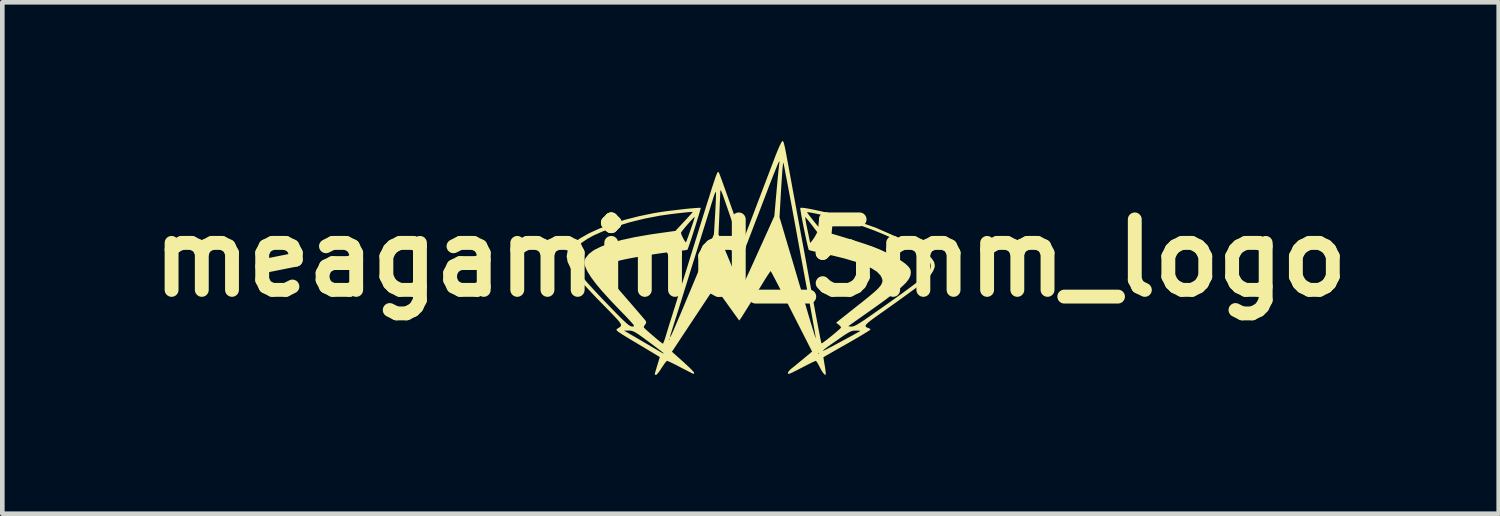
<source format=kicad_pcb>
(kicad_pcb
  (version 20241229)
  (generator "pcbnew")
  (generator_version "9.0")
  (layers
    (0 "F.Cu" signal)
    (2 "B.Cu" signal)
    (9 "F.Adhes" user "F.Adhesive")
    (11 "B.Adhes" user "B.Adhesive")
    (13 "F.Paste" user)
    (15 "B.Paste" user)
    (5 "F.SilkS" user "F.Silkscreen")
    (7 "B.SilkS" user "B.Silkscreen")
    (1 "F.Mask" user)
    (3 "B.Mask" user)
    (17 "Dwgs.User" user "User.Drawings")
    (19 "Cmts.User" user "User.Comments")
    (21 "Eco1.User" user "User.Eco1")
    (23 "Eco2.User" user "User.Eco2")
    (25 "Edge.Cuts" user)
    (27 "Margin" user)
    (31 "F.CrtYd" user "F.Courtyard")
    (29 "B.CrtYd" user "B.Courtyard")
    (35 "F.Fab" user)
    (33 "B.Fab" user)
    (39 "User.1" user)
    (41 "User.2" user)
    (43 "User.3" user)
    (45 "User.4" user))
  (footprint "meagamind_5mm_logo"
    (layer "F.Cu")
    (at 13.179 2.529)
    (property "Reference" "meagamind_5mm_logo" (at 0 0 0) (layer "F.SilkS") (effects (font (size 1.524 1.524) (thickness 0.3))))
    (attr board_only exclude_from_pos_files exclude_from_bom)
    (fp_poly (pts (xy 0.7 -2.526) (xy 0.71 -2.513) (xy 0.721 -2.485) (xy 0.733 -2.437) (xy 0.749 -2.365) (xy 0.769 -2.263) (xy 0.794 -2.127) (xy 0.817 -2.006) (xy 0.833 -1.917) (xy 0.849 -1.828) (xy 0.866 -1.736) (xy 0.885 -1.636) (xy 0.905 -1.523) (xy 0.929 -1.394) (xy 0.957 -1.244) (xy 0.989 -1.069) (xy 1.027 -0.863) (xy 1.071 -0.624) (xy 1.122 -0.347) (xy 1.124 -0.338) (xy 1.165 -0.117) (xy 1.21 0.127) (xy 1.256 0.382) (xy 1.303 0.635) (xy 1.347 0.873) (xy 1.386 1.085) (xy 1.396 1.142) (xy 1.428 1.31) (xy 1.457 1.464) (xy 1.483 1.599) (xy 1.504 1.71) (xy 1.521 1.791) (xy 1.532 1.838) (xy 1.534 1.847) (xy 1.554 1.838) (xy 1.598 1.806) (xy 1.66 1.759) (xy 1.731 1.703) (xy 1.804 1.643) (xy 1.87 1.587) (xy 1.923 1.541) (xy 1.953 1.511) (xy 1.958 1.504) (xy 1.947 1.481) (xy 1.912 1.446) (xy 1.908 1.443) (xy 1.852 1.399) (xy 1.945 1.324) (xy 1.99 1.288) (xy 2.063 1.231) (xy 2.157 1.156) (xy 2.264 1.071) (xy 2.38 0.979) (xy 2.414 0.953) (xy 2.56 0.835) (xy 2.673 0.74) (xy 2.757 0.662) (xy 2.813 0.597) (xy 2.844 0.541) (xy 2.854 0.491) (xy 2.844 0.442) (xy 2.818 0.391) (xy 2.803 0.368) (xy 2.732 0.295) (xy 2.618 0.223) (xy 2.463 0.151) (xy 2.267 0.08) (xy 2.032 0.01) (xy 1.759 -0.057) (xy 1.612 -0.09) (xy 1.496 -0.115) (xy 1.395 -0.137) (xy 1.318 -0.156) (xy 1.271 -0.169) (xy 1.261 -0.173) (xy 1.252 -0.198) (xy 1.237 -0.257) (xy 1.217 -0.343) (xy 1.194 -0.449) (xy 1.169 -0.566) (xy 1.144 -0.687) (xy 1.121 -0.805) (xy 1.106 -0.884) (xy 1.182 -0.884) (xy 1.184 -0.861) (xy 1.193 -0.804) (xy 1.208 -0.721) (xy 1.229 -0.621) (xy 1.231 -0.612) (xy 1.252 -0.51) (xy 1.27 -0.423) (xy 1.282 -0.361) (xy 1.287 -0.333) (xy 1.287 -0.332) (xy 1.298 -0.334) (xy 1.324 -0.364) (xy 1.358 -0.411) (xy 1.394 -0.466) (xy 1.408 -0.492) (xy 1.444 -0.558) (xy 1.317 -0.725) (xy 1.262 -0.795) (xy 1.217 -0.849) (xy 1.189 -0.88) (xy 1.182 -0.884) (xy 1.106 -0.884) (xy 1.101 -0.911) (xy 1.088 -0.989) (xy 1.221 -0.989) (xy 1.234 -0.969) (xy 1.269 -0.923) (xy 1.32 -0.857) (xy 1.378 -0.784) (xy 1.448 -0.698) (xy 1.5 -0.64) (xy 1.542 -0.602) (xy 1.584 -0.578) (xy 1.633 -0.56) (xy 1.656 -0.554) (xy 1.814 -0.509) (xy 1.984 -0.458) (xy 2.158 -0.405) (xy 2.324 -0.353) (xy 2.473 -0.304) (xy 2.595 -0.262) (xy 2.638 -0.247) (xy 2.795 -0.184) (xy 2.951 -0.112) (xy 3.098 -0.037) (xy 3.226 0.038) (xy 3.327 0.107) (xy 3.37 0.142) (xy 3.427 0.2) (xy 3.456 0.246) (xy 3.466 0.295) (xy 3.467 0.313) (xy 3.461 0.365) (xy 3.443 0.418) (xy 3.41 0.474) (xy 3.358 0.538) (xy 3.286 0.609) (xy 3.19 0.692) (xy 3.068 0.789) (xy 2.918 0.903) (xy 2.735 1.035) (xy 2.547 1.168) (xy 2.428 1.252) (xy 2.321 1.327) (xy 2.232 1.391) (xy 2.165 1.438) (xy 2.125 1.467) (xy 2.117 1.474) (xy 2.129 1.479) (xy 2.173 1.482) (xy 2.184 1.483) (xy 2.215 1.479) (xy 2.254 1.465) (xy 2.307 1.438) (xy 2.376 1.395) (xy 2.469 1.335) (xy 2.589 1.252) (xy 2.676 1.191) (xy 2.918 1.021) (xy 3.126 0.874) (xy 3.303 0.747) (xy 3.451 0.638) (xy 3.573 0.546) (xy 3.671 0.468) (xy 3.749 0.402) (xy 3.807 0.346) (xy 3.849 0.298) (xy 3.877 0.256) (xy 3.894 0.218) (xy 3.901 0.181) (xy 3.903 0.155) (xy 3.882 0.097) (xy 3.824 0.027) (xy 3.732 -0.052) (xy 3.61 -0.137) (xy 3.462 -0.227) (xy 3.29 -0.32) (xy 3.101 -0.413) (xy 2.896 -0.505) (xy 2.68 -0.593) (xy 2.457 -0.676) (xy 2.231 -0.752) (xy 2.157 -0.774) (xy 2.044 -0.807) (xy 1.918 -0.84) (xy 1.786 -0.874) (xy 1.653 -0.906) (xy 1.528 -0.935) (xy 1.415 -0.96) (xy 1.322 -0.978) (xy 1.256 -0.989) (xy 1.223 -0.99) (xy 1.221 -0.989) (xy 1.088 -0.989) (xy 1.086 -0.998) (xy 1.077 -1.058) (xy 1.076 -1.083) (xy 1.076 -1.083) (xy 1.106 -1.087) (xy 1.171 -1.081) (xy 1.266 -1.065) (xy 1.386 -1.041) (xy 1.523 -1.011) (xy 1.671 -0.976) (xy 1.826 -0.938) (xy 1.98 -0.896) (xy 2.128 -0.854) (xy 2.202 -0.832) (xy 2.703 -0.657) (xy 3.182 -0.447) (xy 3.561 -0.247) (xy 3.719 -0.152) (xy 3.838 -0.067) (xy 3.921 0.012) (xy 3.969 0.086) (xy 3.985 0.158) (xy 3.981 0.201) (xy 3.95 0.281) (xy 3.89 0.372) (xy 3.809 0.463) (xy 3.719 0.542) (xy 3.551 0.667) (xy 3.352 0.812) (xy 3.126 0.975) (xy 2.878 1.151) (xy 2.828 1.186) (xy 2.699 1.278) (xy 2.602 1.349) (xy 2.537 1.402) (xy 2.499 1.441) (xy 2.486 1.469) (xy 2.496 1.49) (xy 2.525 1.506) (xy 2.553 1.516) (xy 2.587 1.534) (xy 2.595 1.547) (xy 2.576 1.562) (xy 2.525 1.595) (xy 2.446 1.644) (xy 2.343 1.705) (xy 2.222 1.776) (xy 2.088 1.853) (xy 2.088 1.853) (xy 1.953 1.929) (xy 1.832 1.998) (xy 1.729 2.057) (xy 1.649 2.103) (xy 1.597 2.133) (xy 1.577 2.144) (xy 1.577 2.144) (xy 1.579 2.166) (xy 1.587 2.22) (xy 1.6 2.297) (xy 1.606 2.33) (xy 1.619 2.414) (xy 1.626 2.482) (xy 1.626 2.521) (xy 1.624 2.526) (xy 1.602 2.521) (xy 1.568 2.482) (xy 1.527 2.418) (xy 1.484 2.335) (xy 1.48 2.327) (xy 1.449 2.269) (xy 1.422 2.232) (xy 1.411 2.224) (xy 1.385 2.234) (xy 1.328 2.26) (xy 1.248 2.3) (xy 1.153 2.349) (xy 1.12 2.366) (xy 1.021 2.417) (xy 0.935 2.46) (xy 0.87 2.491) (xy 0.833 2.506) (xy 0.829 2.507) (xy 0.806 2.495) (xy 0.816 2.464) (xy 0.853 2.419) (xy 0.888 2.388) (xy 0.941 2.347) (xy 1.014 2.287) (xy 1.099 2.217) (xy 1.151 2.174) (xy 1.288 2.06) (xy 1.461 2.06) (xy 1.472 2.071) (xy 1.483 2.06) (xy 1.472 2.049) (xy 1.461 2.06) (xy 1.288 2.06) (xy 1.332 2.024) (xy 1.323 2.007) (xy 1.566 2.007) (xy 1.598 1.995) (xy 1.663 1.963) (xy 1.764 1.911) (xy 1.9 1.838) (xy 2.073 1.745) (xy 2.126 1.716) (xy 2.218 1.666) (xy 2.295 1.623) (xy 2.349 1.593) (xy 2.374 1.578) (xy 2.375 1.578) (xy 2.361 1.573) (xy 2.315 1.57) (xy 2.276 1.57) (xy 2.233 1.571) (xy 2.193 1.579) (xy 2.15 1.596) (xy 2.096 1.626) (xy 2.023 1.672) (xy 1.924 1.74) (xy 1.886 1.767) (xy 1.761 1.854) (xy 1.666 1.921) (xy 1.602 1.969) (xy 1.568 1.998) (xy 1.566 2.007) (xy 1.323 2.007) (xy 0.889 1.154) (xy 0.798 0.974) (xy 0.712 0.807) (xy 0.634 0.656) (xy 0.566 0.525) (xy 0.511 0.419) (xy 0.469 0.341) (xy 0.444 0.295) (xy 0.436 0.284) (xy 0.421 0.301) (xy 0.388 0.348) (xy 0.344 0.416) (xy 0.307 0.474) (xy 0.251 0.566) (xy 0.18 0.681) (xy 0.103 0.806) (xy 0.028 0.927) (xy 0.015 0.948) (xy -0.05 1.052) (xy -0.11 1.148) (xy -0.159 1.226) (xy -0.193 1.28) (xy -0.202 1.293) (xy -0.244 1.353) (xy -0.46 1.053) (xy -0.535 0.948) (xy -0.605 0.852) (xy -0.664 0.771) (xy -0.707 0.714) (xy -0.725 0.692) (xy -0.774 0.631) (xy -1.237 1.329) (xy -1.699 2.027) (xy -1.46 2.24) (xy -1.376 2.317) (xy -1.304 2.385) (xy -1.252 2.439) (xy -1.224 2.473) (xy -1.221 2.48) (xy -1.226 2.505) (xy -1.23 2.507) (xy -1.251 2.498) (xy -1.304 2.472) (xy -1.381 2.432) (xy -1.475 2.384) (xy -1.51 2.366) (xy -1.609 2.314) (xy -1.696 2.271) (xy -1.762 2.24) (xy -1.799 2.225) (xy -1.804 2.224) (xy -1.826 2.241) (xy -1.862 2.287) (xy -1.907 2.354) (xy -1.922 2.376) (xy -1.968 2.447) (xy -2.01 2.5) (xy -2.038 2.527) (xy -2.044 2.529) (xy -2.069 2.519) (xy -2.071 2.513) (xy -2.065 2.486) (xy -2.048 2.428) (xy -2.025 2.35) (xy -2.016 2.322) (xy -1.992 2.242) (xy -1.973 2.18) (xy -1.963 2.146) (xy -1.962 2.143) (xy -1.98 2.131) (xy -2.031 2.1) (xy -2.109 2.052) (xy -2.21 1.992) (xy -2.328 1.921) (xy -2.446 1.851) (xy -2.594 1.763) (xy -2.707 1.694) (xy -2.79 1.642) (xy -2.847 1.604) (xy -2.882 1.577) (xy -2.887 1.57) (xy -2.735 1.57) (xy -2.441 1.741) (xy -2.327 1.808) (xy -2.214 1.874) (xy -2.114 1.933) (xy -2.037 1.978) (xy -2.017 1.99) (xy -1.937 2.037) (xy -1.891 2.062) (xy -1.875 2.067) (xy -1.885 2.054) (xy -1.898 2.042) (xy -1.925 2.02) (xy -1.981 1.977) (xy -2.06 1.918) (xy -2.154 1.847) (xy -2.23 1.791) (xy -2.34 1.71) (xy -2.423 1.651) (xy -2.484 1.612) (xy -2.531 1.588) (xy -2.569 1.575) (xy -2.607 1.57) (xy -2.632 1.57) (xy -2.735 1.57) (xy -2.887 1.57) (xy -2.897 1.558) (xy -2.898 1.545) (xy -2.888 1.535) (xy -2.85 1.51) (xy -2.821 1.491) (xy -2.804 1.471) (xy -2.799 1.448) (xy -2.811 1.417) (xy -2.84 1.374) (xy -2.89 1.317) (xy -2.963 1.24) (xy -3.06 1.139) (xy -3.185 1.012) (xy -3.21 0.986) (xy -3.333 0.86) (xy -3.452 0.735) (xy -3.562 0.617) (xy -3.659 0.512) (xy -3.736 0.426) (xy -3.789 0.364) (xy -3.791 0.361) (xy -3.893 0.215) (xy -3.955 0.084) (xy -3.974 -0.025) (xy -3.877 -0.025) (xy -3.869 0.036) (xy -3.844 0.106) (xy -3.8 0.188) (xy -3.735 0.283) (xy -3.648 0.395) (xy -3.536 0.525) (xy -3.398 0.678) (xy -3.232 0.855) (xy -3.039 1.055) (xy -2.915 1.183) (xy -2.817 1.282) (xy -2.74 1.357) (xy -2.682 1.41) (xy -2.639 1.446) (xy -2.605 1.467) (xy -2.578 1.478) (xy -2.554 1.481) (xy -2.532 1.48) (xy -2.52 1.475) (xy -2.521 1.462) (xy -2.537 1.436) (xy -2.571 1.396) (xy -2.626 1.336) (xy -2.704 1.253) (xy -2.81 1.144) (xy -2.854 1.099) (xy -3.048 0.895) (xy -3.21 0.716) (xy -3.341 0.56) (xy -3.442 0.425) (xy -3.516 0.309) (xy -3.546 0.251) (xy -3.581 0.167) (xy -3.595 0.105) (xy -3.587 0.05) (xy -3.565 0.000044) (xy -3.496 -0.088) (xy -3.385 -0.171) (xy -3.23 -0.248) (xy -3.032 -0.321) (xy -2.791 -0.388) (xy -2.507 -0.45) (xy -2.18 -0.507) (xy -1.995 -0.534) (xy -1.924 -0.544) (xy -1.504 -0.544) (xy -1.496 -0.512) (xy -1.474 -0.462) (xy -1.447 -0.408) (xy -1.42 -0.363) (xy -1.401 -0.34) (xy -1.397 -0.34) (xy -1.386 -0.363) (xy -1.364 -0.42) (xy -1.334 -0.502) (xy -1.299 -0.601) (xy -1.294 -0.616) (xy -1.259 -0.716) (xy -1.232 -0.799) (xy -1.214 -0.859) (xy -1.207 -0.887) (xy -1.207 -0.888) (xy -1.224 -0.876) (xy -1.26 -0.839) (xy -1.31 -0.784) (xy -1.366 -0.721) (xy -1.42 -0.657) (xy -1.466 -0.6) (xy -1.496 -0.56) (xy -1.504 -0.544) (xy -1.924 -0.544) (xy -1.624 -0.586) (xy -1.435 -0.788) (xy -1.364 -0.865) (xy -1.306 -0.929) (xy -1.266 -0.974) (xy -1.25 -0.994) (xy -1.249 -0.995) (xy -1.274 -0.996) (xy -1.334 -0.992) (xy -1.42 -0.984) (xy -1.526 -0.972) (xy -1.641 -0.959) (xy -1.76 -0.944) (xy -1.872 -0.928) (xy -1.962 -0.915) (xy -2.289 -0.852) (xy -2.614 -0.772) (xy -2.925 -0.676) (xy -3.211 -0.569) (xy -3.401 -0.484) (xy -3.527 -0.414) (xy -3.644 -0.335) (xy -3.744 -0.252) (xy -3.82 -0.172) (xy -3.865 -0.1) (xy -3.871 -0.081) (xy -3.877 -0.025) (xy -3.974 -0.025) (xy -3.976 -0.036) (xy -3.956 -0.146) (xy -3.894 -0.251) (xy -3.79 -0.351) (xy -3.687 -0.424) (xy -3.493 -0.534) (xy -3.261 -0.639) (xy -2.999 -0.738) (xy -2.713 -0.827) (xy -2.41 -0.904) (xy -2.097 -0.969) (xy -2.036 -0.979) (xy -1.932 -0.996) (xy -1.811 -1.013) (xy -1.68 -1.029) (xy -1.545 -1.045) (xy -1.415 -1.06) (xy -1.297 -1.072) (xy -1.197 -1.08) (xy -1.123 -1.085) (xy -1.082 -1.085) (xy -1.076 -1.084) (xy -1.08 -1.062) (xy -1.096 -1.006) (xy -1.12 -0.923) (xy -1.152 -0.821) (xy -1.187 -0.707) (xy -1.225 -0.588) (xy -1.262 -0.472) (xy -1.297 -0.366) (xy -1.327 -0.277) (xy -1.35 -0.212) (xy -1.363 -0.18) (xy -1.364 -0.178) (xy -1.387 -0.173) (xy -1.445 -0.164) (xy -1.53 -0.153) (xy -1.634 -0.141) (xy -1.661 -0.138) (xy -1.805 -0.121) (xy -1.967 -0.099) (xy -2.138 -0.073) (xy -2.31 -0.045) (xy -2.474 -0.017) (xy -2.622 0.01) (xy -2.745 0.035) (xy -2.833 0.056) (xy -2.838 0.057) (xy -2.955 0.103) (xy -3.039 0.162) (xy -3.087 0.232) (xy -3.096 0.283) (xy -3.095 0.313) (xy -3.092 0.341) (xy -3.083 0.37) (xy -3.066 0.404) (xy -3.038 0.447) (xy -2.997 0.503) (xy -2.939 0.574) (xy -2.862 0.666) (xy -2.763 0.781) (xy -2.64 0.923) (xy -2.56 1.015) (xy -2.472 1.117) (xy -2.393 1.209) (xy -2.328 1.285) (xy -2.282 1.34) (xy -2.259 1.369) (xy -2.258 1.371) (xy -2.258 1.407) (xy -2.278 1.439) (xy -2.304 1.477) (xy -2.308 1.5) (xy -2.289 1.521) (xy -2.245 1.563) (xy -2.184 1.617) (xy -2.113 1.678) (xy -2.041 1.739) (xy -1.976 1.793) (xy -1.925 1.833) (xy -1.897 1.852) (xy -1.895 1.853) (xy -1.883 1.834) (xy -1.863 1.782) (xy -1.854 1.755) (xy -1.766 1.755) (xy -1.755 1.766) (xy -1.744 1.755) (xy -1.755 1.744) (xy -1.766 1.755) (xy -1.854 1.755) (xy -1.839 1.709) (xy -1.74 1.709) (xy -1.736 1.712) (xy -1.72 1.684) (xy -1.692 1.624) (xy -1.651 1.532) (xy -1.597 1.404) (xy -1.527 1.241) (xy -1.442 1.04) (xy -1.363 0.85) (xy -1.283 0.66) (xy -1.21 0.485) (xy -0.146 0.485) (xy -0.146 0.533) (xy -0.144 0.543) (xy -0.133 0.522) (xy -0.107 0.466) (xy -0.068 0.382) (xy -0.018 0.275) (xy 0.038 0.15) (xy 0.077 0.065) (xy 0.145 -0.086) (xy 0.215 -0.241) (xy 0.283 -0.39) (xy 0.343 -0.523) (xy 0.391 -0.629) (xy 0.402 -0.654) (xy 0.505 -0.883) (xy 0.627 -0.883) (xy 0.824 -0.218) (xy 0.886 -0.011) (xy 0.955 0.222) (xy 1.027 0.466) (xy 1.099 0.709) (xy 1.166 0.935) (xy 1.213 1.095) (xy 1.26 1.255) (xy 1.303 1.399) (xy 1.342 1.525) (xy 1.373 1.625) (xy 1.396 1.696) (xy 1.409 1.732) (xy 1.411 1.736) (xy 1.409 1.713) (xy 1.399 1.652) (xy 1.383 1.557) (xy 1.361 1.432) (xy 1.334 1.281) (xy 1.303 1.108) (xy 1.268 0.918) (xy 1.234 0.739) (xy 1.194 0.525) (xy 1.155 0.316) (xy 1.118 0.117) (xy 1.084 -0.067) (xy 1.054 -0.229) (xy 1.03 -0.364) (xy 1.011 -0.466) (xy 1.003 -0.512) (xy 0.985 -0.611) (xy 0.962 -0.735) (xy 0.936 -0.877) (xy 0.907 -1.033) (xy 0.877 -1.195) (xy 0.846 -1.359) (xy 0.816 -1.519) (xy 0.788 -1.669) (xy 0.762 -1.802) (xy 0.741 -1.914) (xy 0.725 -1.998) (xy 0.714 -2.048) (xy 0.712 -2.06) (xy 0.706 -2.053) (xy 0.699 -2.003) (xy 0.69 -1.91) (xy 0.68 -1.774) (xy 0.668 -1.594) (xy 0.655 -1.371) (xy 0.652 -1.319) (xy 0.627 -0.883) (xy 0.505 -0.883) (xy 0.515 -0.905) (xy 0.564 -1.461) (xy 0.578 -1.614) (xy 0.591 -1.754) (xy 0.603 -1.876) (xy 0.614 -1.972) (xy 0.621 -2.036) (xy 0.625 -2.06) (xy 0.628 -2.088) (xy 0.616 -2.082) (xy 0.603 -2.057) (xy 0.576 -1.996) (xy 0.539 -1.905) (xy 0.493 -1.791) (xy 0.441 -1.657) (xy 0.384 -1.51) (xy 0.382 -1.504) (xy 0.316 -1.331) (xy 0.245 -1.146) (xy 0.175 -0.962) (xy 0.108 -0.79) (xy 0.051 -0.64) (xy 0.023 -0.567) (xy -0.124 -0.185) (xy -0.138 0.184) (xy -0.143 0.304) (xy -0.145 0.407) (xy -0.146 0.485) (xy -1.21 0.485) (xy -1.204 0.471) (xy -1.128 0.289) (xy -1.057 0.122) (xy -0.996 -0.025) (xy -0.945 -0.144) (xy -0.909 -0.231) (xy -0.905 -0.24) (xy -0.791 -0.512) (xy -0.692 -0.512) (xy -0.471 0.018) (xy -0.401 0.188) (xy -0.346 0.318) (xy -0.304 0.41) (xy -0.274 0.463) (xy -0.252 0.479) (xy -0.238 0.457) (xy -0.228 0.399) (xy -0.221 0.304) (xy -0.215 0.174) (xy -0.211 0.081) (xy -0.198 -0.197) (xy -0.405 -0.802) (xy -0.47 -0.993) (xy -0.523 -1.145) (xy -0.564 -1.264) (xy -0.595 -1.352) (xy -0.618 -1.412) (xy -0.634 -1.449) (xy -0.644 -1.465) (xy -0.65 -1.464) (xy -0.652 -1.449) (xy -0.654 -1.425) (xy -0.654 -1.417) (xy -0.656 -1.371) (xy -0.659 -1.291) (xy -0.664 -1.183) (xy -0.669 -1.057) (xy -0.674 -0.927) (xy -0.692 -0.512) (xy -0.791 -0.512) (xy -0.764 -0.966) (xy -0.757 -1.103) (xy -0.751 -1.223) (xy -0.748 -1.323) (xy -0.746 -1.393) (xy -0.748 -1.429) (xy -0.749 -1.432) (xy -0.76 -1.419) (xy -0.78 -1.373) (xy -0.803 -1.306) (xy -0.803 -1.305) (xy -0.82 -1.249) (xy -0.849 -1.158) (xy -0.886 -1.038) (xy -0.93 -0.897) (xy -0.979 -0.74) (xy -1.031 -0.574) (xy -1.047 -0.523) (xy -1.108 -0.327) (xy -1.176 -0.111) (xy -1.245 0.111) (xy -1.313 0.328) (xy -1.374 0.525) (xy -1.418 0.665) (xy -1.468 0.826) (xy -1.518 0.987) (xy -1.565 1.138) (xy -1.607 1.27) (xy -1.641 1.376) (xy -1.657 1.428) (xy -1.691 1.536) (xy -1.717 1.62) (xy -1.734 1.678) (xy -1.74 1.709) (xy -1.839 1.709) (xy -1.839 1.709) (xy -1.831 1.684) (xy -1.801 1.584) (xy -1.77 1.481) (xy -1.744 1.397) (xy -1.743 1.395) (xy -1.733 1.365) (xy -1.722 1.33) (xy -1.709 1.288) (xy -1.692 1.235) (xy -1.672 1.17) (xy -1.646 1.087) (xy -1.614 0.985) (xy -1.575 0.859) (xy -1.528 0.708) (xy -1.472 0.528) (xy -1.405 0.315) (xy -1.328 0.066) (xy -1.243 -0.207) (xy -1.148 -0.511) (xy -1.066 -0.775) (xy -0.995 -1.003) (xy -0.934 -1.198) (xy -0.882 -1.361) (xy -0.84 -1.496) (xy -0.805 -1.604) (xy -0.776 -1.69) (xy -0.754 -1.755) (xy -0.736 -1.802) (xy -0.723 -1.833) (xy -0.713 -1.851) (xy -0.705 -1.86) (xy -0.699 -1.86) (xy -0.693 -1.856) (xy -0.687 -1.85) (xy -0.685 -1.848) (xy -0.674 -1.824) (xy -0.65 -1.761) (xy -0.614 -1.663) (xy -0.567 -1.533) (xy -0.51 -1.373) (xy -0.444 -1.187) (xy -0.37 -0.978) (xy -0.29 -0.748) (xy -0.284 -0.73) (xy -0.249 -0.63) (xy -0.217 -0.539) (xy -0.192 -0.47) (xy -0.179 -0.436) (xy -0.157 -0.382) (xy -0.135 -0.436) (xy -0.123 -0.469) (xy -0.097 -0.537) (xy -0.059 -0.636) (xy -0.011 -0.76) (xy 0.044 -0.905) (xy 0.104 -1.064) (xy 0.151 -1.188) (xy 0.221 -1.371) (xy 0.292 -1.557) (xy 0.36 -1.737) (xy 0.424 -1.904) (xy 0.48 -2.051) (xy 0.524 -2.167) (xy 0.539 -2.208) (xy 0.583 -2.317) (xy 0.623 -2.411) (xy 0.657 -2.481) (xy 0.681 -2.522) (xy 0.689 -2.529)) (stroke (width 0) (type solid)) (fill yes) (layer "F.SilkS")))
  (gr_rect
    (start -3 -3)
    (end 29.358 8.058)
    (stroke (width 0.1) (type default))
    (fill no)
    (layer "Edge.Cuts")))
</source>
